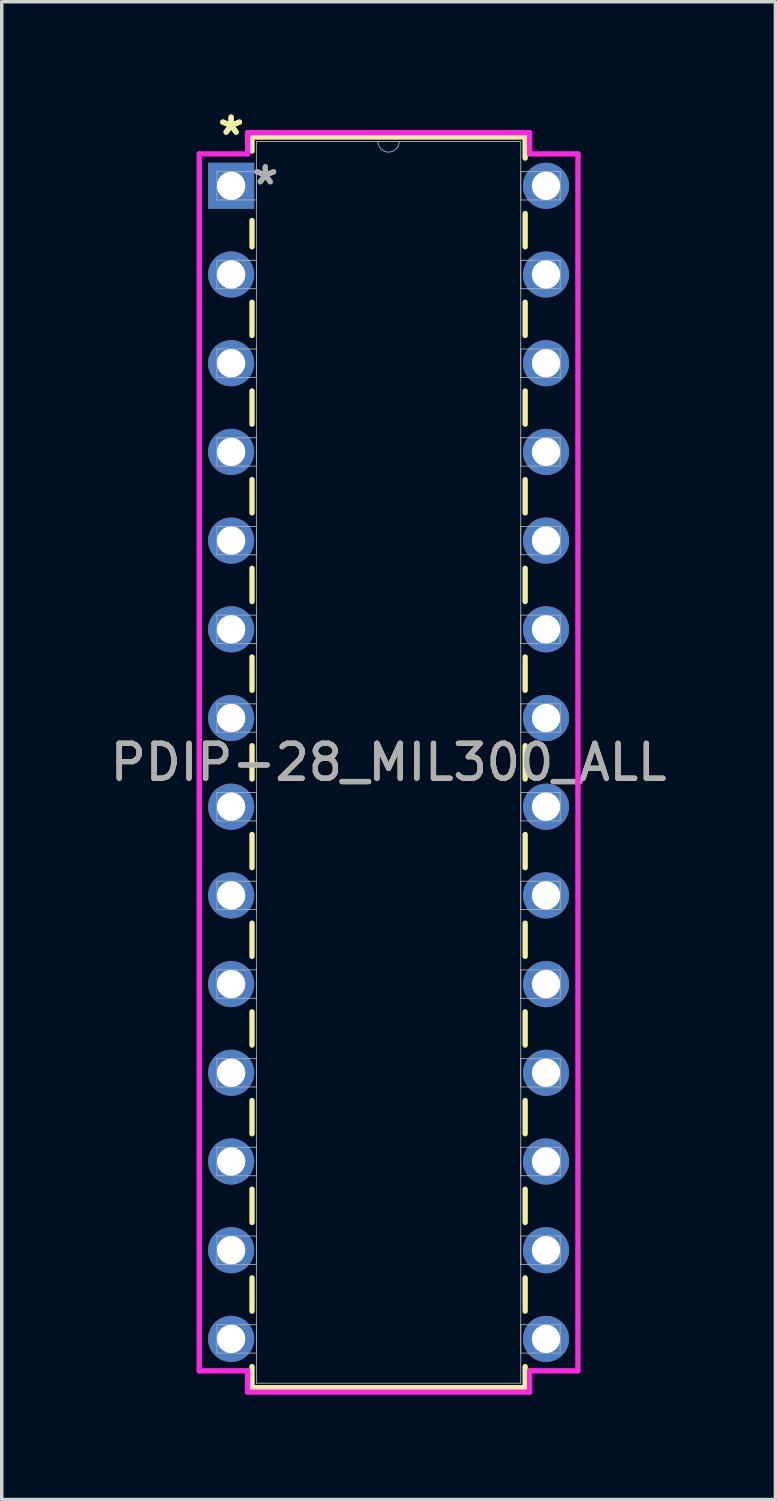
<source format=kicad_pcb>
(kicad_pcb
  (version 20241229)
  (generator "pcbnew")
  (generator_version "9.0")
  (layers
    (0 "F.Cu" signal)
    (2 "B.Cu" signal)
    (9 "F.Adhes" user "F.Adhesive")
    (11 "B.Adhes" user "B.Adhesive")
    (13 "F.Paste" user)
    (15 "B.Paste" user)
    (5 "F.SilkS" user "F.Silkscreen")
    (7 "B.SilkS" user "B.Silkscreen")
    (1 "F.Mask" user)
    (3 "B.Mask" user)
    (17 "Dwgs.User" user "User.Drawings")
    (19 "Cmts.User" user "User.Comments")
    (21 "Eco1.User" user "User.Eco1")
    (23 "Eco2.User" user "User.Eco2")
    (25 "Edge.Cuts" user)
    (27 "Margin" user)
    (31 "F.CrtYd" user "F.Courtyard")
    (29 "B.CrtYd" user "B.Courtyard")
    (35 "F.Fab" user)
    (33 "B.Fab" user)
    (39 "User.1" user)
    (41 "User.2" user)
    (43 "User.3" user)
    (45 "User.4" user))
  (footprint "PDIP-28_MIL300_ALL"
    (layer "F.Cu")
    (at 3.569 2.271)
    (property "Reference" "PDIP-28_MIL300_ALL" (at 4.508 16.51 0) (unlocked yes) (layer "F.SilkS") (effects (font (size 1 1) (thickness 0.15))))
    (attr through_hole)
    (fp_line (start 0.597 -1.397) (end 0.597 -0.993) (stroke (width 0.152) (type solid)) (layer "F.SilkS"))
    (fp_line (start 0.597 0.993) (end 0.597 1.746) (stroke (width 0.152) (type solid)) (layer "F.SilkS"))
    (fp_line (start 0.597 3.334) (end 0.597 4.286) (stroke (width 0.152) (type solid)) (layer "F.SilkS"))
    (fp_line (start 0.597 5.874) (end 0.597 6.826) (stroke (width 0.152) (type solid)) (layer "F.SilkS"))
    (fp_line (start 0.597 8.414) (end 0.597 9.366) (stroke (width 0.152) (type solid)) (layer "F.SilkS"))
    (fp_line (start 0.597 10.954) (end 0.597 11.906) (stroke (width 0.152) (type solid)) (layer "F.SilkS"))
    (fp_line (start 0.597 13.494) (end 0.597 14.446) (stroke (width 0.152) (type solid)) (layer "F.SilkS"))
    (fp_line (start 0.597 16.034) (end 0.597 16.986) (stroke (width 0.152) (type solid)) (layer "F.SilkS"))
    (fp_line (start 0.597 18.574) (end 0.597 19.526) (stroke (width 0.152) (type solid)) (layer "F.SilkS"))
    (fp_line (start 0.597 21.114) (end 0.597 22.066) (stroke (width 0.152) (type solid)) (layer "F.SilkS"))
    (fp_line (start 0.597 23.654) (end 0.597 24.606) (stroke (width 0.152) (type solid)) (layer "F.SilkS"))
    (fp_line (start 0.597 26.194) (end 0.597 27.146) (stroke (width 0.152) (type solid)) (layer "F.SilkS"))
    (fp_line (start 0.597 28.734) (end 0.597 29.686) (stroke (width 0.152) (type solid)) (layer "F.SilkS"))
    (fp_line (start 0.597 31.274) (end 0.597 32.226) (stroke (width 0.152) (type solid)) (layer "F.SilkS"))
    (fp_line (start 0.597 33.814) (end 0.597 34.417) (stroke (width 0.152) (type solid)) (layer "F.SilkS"))
    (fp_line (start 0.597 34.417) (end 8.42 34.417) (stroke (width 0.152) (type solid)) (layer "F.SilkS"))
    (fp_line (start 8.42 -1.397) (end 0.597 -1.397) (stroke (width 0.152) (type solid)) (layer "F.SilkS"))
    (fp_line (start 8.42 -0.794) (end 8.42 -1.397) (stroke (width 0.152) (type solid)) (layer "F.SilkS"))
    (fp_line (start 8.42 1.746) (end 8.42 0.794) (stroke (width 0.152) (type solid)) (layer "F.SilkS"))
    (fp_line (start 8.42 4.286) (end 8.42 3.334) (stroke (width 0.152) (type solid)) (layer "F.SilkS"))
    (fp_line (start 8.42 6.826) (end 8.42 5.874) (stroke (width 0.152) (type solid)) (layer "F.SilkS"))
    (fp_line (start 8.42 9.366) (end 8.42 8.414) (stroke (width 0.152) (type solid)) (layer "F.SilkS"))
    (fp_line (start 8.42 11.906) (end 8.42 10.954) (stroke (width 0.152) (type solid)) (layer "F.SilkS"))
    (fp_line (start 8.42 14.446) (end 8.42 13.494) (stroke (width 0.152) (type solid)) (layer "F.SilkS"))
    (fp_line (start 8.42 16.986) (end 8.42 16.034) (stroke (width 0.152) (type solid)) (layer "F.SilkS"))
    (fp_line (start 8.42 19.526) (end 8.42 18.574) (stroke (width 0.152) (type solid)) (layer "F.SilkS"))
    (fp_line (start 8.42 22.066) (end 8.42 21.114) (stroke (width 0.152) (type solid)) (layer "F.SilkS"))
    (fp_line (start 8.42 24.606) (end 8.42 23.654) (stroke (width 0.152) (type solid)) (layer "F.SilkS"))
    (fp_line (start 8.42 27.146) (end 8.42 26.194) (stroke (width 0.152) (type solid)) (layer "F.SilkS"))
    (fp_line (start 8.42 29.686) (end 8.42 28.734) (stroke (width 0.152) (type solid)) (layer "F.SilkS"))
    (fp_line (start 8.42 32.226) (end 8.42 31.274) (stroke (width 0.152) (type solid)) (layer "F.SilkS"))
    (fp_line (start 8.42 34.417) (end 8.42 33.814) (stroke (width 0.152) (type solid)) (layer "F.SilkS"))
    (fp_line (start -0.914 -0.914) (end 0.47 -0.914) (stroke (width 0.152) (type solid)) (layer "F.CrtYd"))
    (fp_line (start -0.914 33.934) (end -0.914 -0.914) (stroke (width 0.152) (type solid)) (layer "F.CrtYd"))
    (fp_line (start 0.47 -1.524) (end 8.547 -1.524) (stroke (width 0.152) (type solid)) (layer "F.CrtYd"))
    (fp_line (start 0.47 -0.914) (end 0.47 -1.524) (stroke (width 0.152) (type solid)) (layer "F.CrtYd"))
    (fp_line (start 0.47 33.934) (end -0.914 33.934) (stroke (width 0.152) (type solid)) (layer "F.CrtYd"))
    (fp_line (start 0.47 34.544) (end 0.47 33.934) (stroke (width 0.152) (type solid)) (layer "F.CrtYd"))
    (fp_line (start 8.547 -1.524) (end 8.547 -0.914) (stroke (width 0.152) (type solid)) (layer "F.CrtYd"))
    (fp_line (start 8.547 33.934) (end 8.547 34.544) (stroke (width 0.152) (type solid)) (layer "F.CrtYd"))
    (fp_line (start 8.547 34.544) (end 0.47 34.544) (stroke (width 0.152) (type solid)) (layer "F.CrtYd"))
    (fp_line (start 9.931 -0.914) (end 8.547 -0.914) (stroke (width 0.152) (type solid)) (layer "F.CrtYd"))
    (fp_line (start 9.931 -0.914) (end 9.931 33.934) (stroke (width 0.152) (type solid)) (layer "F.CrtYd"))
    (fp_line (start 9.931 33.934) (end 8.547 33.934) (stroke (width 0.152) (type solid)) (layer "F.CrtYd"))
    (fp_line (start -0.406 -0.406) (end -0.406 0.406) (stroke (width 0.025) (type solid)) (layer "F.Fab"))
    (fp_line (start -0.406 0.406) (end 0.724 0.406) (stroke (width 0.025) (type solid)) (layer "F.Fab"))
    (fp_line (start -0.406 2.134) (end -0.406 2.946) (stroke (width 0.025) (type solid)) (layer "F.Fab"))
    (fp_line (start -0.406 2.946) (end 0.724 2.946) (stroke (width 0.025) (type solid)) (layer "F.Fab"))
    (fp_line (start -0.406 4.674) (end -0.406 5.486) (stroke (width 0.025) (type solid)) (layer "F.Fab"))
    (fp_line (start -0.406 5.486) (end 0.724 5.486) (stroke (width 0.025) (type solid)) (layer "F.Fab"))
    (fp_line (start -0.406 7.214) (end -0.406 8.026) (stroke (width 0.025) (type solid)) (layer "F.Fab"))
    (fp_line (start -0.406 8.026) (end 0.724 8.026) (stroke (width 0.025) (type solid)) (layer "F.Fab"))
    (fp_line (start -0.406 9.754) (end -0.406 10.566) (stroke (width 0.025) (type solid)) (layer "F.Fab"))
    (fp_line (start -0.406 10.566) (end 0.724 10.566) (stroke (width 0.025) (type solid)) (layer "F.Fab"))
    (fp_line (start -0.406 12.294) (end -0.406 13.106) (stroke (width 0.025) (type solid)) (layer "F.Fab"))
    (fp_line (start -0.406 13.106) (end 0.724 13.106) (stroke (width 0.025) (type solid)) (layer "F.Fab"))
    (fp_line (start -0.406 14.834) (end -0.406 15.646) (stroke (width 0.025) (type solid)) (layer "F.Fab"))
    (fp_line (start -0.406 15.646) (end 0.724 15.646) (stroke (width 0.025) (type solid)) (layer "F.Fab"))
    (fp_line (start -0.406 17.374) (end -0.406 18.186) (stroke (width 0.025) (type solid)) (layer "F.Fab"))
    (fp_line (start -0.406 18.186) (end 0.724 18.186) (stroke (width 0.025) (type solid)) (layer "F.Fab"))
    (fp_line (start -0.406 19.914) (end -0.406 20.726) (stroke (width 0.025) (type solid)) (layer "F.Fab"))
    (fp_line (start -0.406 20.726) (end 0.724 20.726) (stroke (width 0.025) (type solid)) (layer "F.Fab"))
    (fp_line (start -0.406 22.454) (end -0.406 23.266) (stroke (width 0.025) (type solid)) (layer "F.Fab"))
    (fp_line (start -0.406 23.266) (end 0.724 23.266) (stroke (width 0.025) (type solid)) (layer "F.Fab"))
    (fp_line (start -0.406 24.994) (end -0.406 25.806) (stroke (width 0.025) (type solid)) (layer "F.Fab"))
    (fp_line (start -0.406 25.806) (end 0.724 25.806) (stroke (width 0.025) (type solid)) (layer "F.Fab"))
    (fp_line (start -0.406 27.534) (end -0.406 28.346) (stroke (width 0.025) (type solid)) (layer "F.Fab"))
    (fp_line (start -0.406 28.346) (end 0.724 28.346) (stroke (width 0.025) (type solid)) (layer "F.Fab"))
    (fp_line (start -0.406 30.074) (end -0.406 30.886) (stroke (width 0.025) (type solid)) (layer "F.Fab"))
    (fp_line (start -0.406 30.886) (end 0.724 30.886) (stroke (width 0.025) (type solid)) (layer "F.Fab"))
    (fp_line (start -0.406 32.614) (end -0.406 33.426) (stroke (width 0.025) (type solid)) (layer "F.Fab"))
    (fp_line (start -0.406 33.426) (end 0.724 33.426) (stroke (width 0.025) (type solid)) (layer "F.Fab"))
    (fp_line (start 0.724 -1.27) (end 0.724 34.29) (stroke (width 0.025) (type solid)) (layer "F.Fab"))
    (fp_line (start 0.724 -0.406) (end -0.406 -0.406) (stroke (width 0.025) (type solid)) (layer "F.Fab"))
    (fp_line (start 0.724 0.406) (end 0.724 -0.406) (stroke (width 0.025) (type solid)) (layer "F.Fab"))
    (fp_line (start 0.724 2.134) (end -0.406 2.134) (stroke (width 0.025) (type solid)) (layer "F.Fab"))
    (fp_line (start 0.724 2.946) (end 0.724 2.134) (stroke (width 0.025) (type solid)) (layer "F.Fab"))
    (fp_line (start 0.724 4.674) (end -0.406 4.674) (stroke (width 0.025) (type solid)) (layer "F.Fab"))
    (fp_line (start 0.724 5.486) (end 0.724 4.674) (stroke (width 0.025) (type solid)) (layer "F.Fab"))
    (fp_line (start 0.724 7.214) (end -0.406 7.214) (stroke (width 0.025) (type solid)) (layer "F.Fab"))
    (fp_line (start 0.724 8.026) (end 0.724 7.214) (stroke (width 0.025) (type solid)) (layer "F.Fab"))
    (fp_line (start 0.724 9.754) (end -0.406 9.754) (stroke (width 0.025) (type solid)) (layer "F.Fab"))
    (fp_line (start 0.724 10.566) (end 0.724 9.754) (stroke (width 0.025) (type solid)) (layer "F.Fab"))
    (fp_line (start 0.724 12.294) (end -0.406 12.294) (stroke (width 0.025) (type solid)) (layer "F.Fab"))
    (fp_line (start 0.724 13.106) (end 0.724 12.294) (stroke (width 0.025) (type solid)) (layer "F.Fab"))
    (fp_line (start 0.724 14.834) (end -0.406 14.834) (stroke (width 0.025) (type solid)) (layer "F.Fab"))
    (fp_line (start 0.724 15.646) (end 0.724 14.834) (stroke (width 0.025) (type solid)) (layer "F.Fab"))
    (fp_line (start 0.724 17.374) (end -0.406 17.374) (stroke (width 0.025) (type solid)) (layer "F.Fab"))
    (fp_line (start 0.724 18.186) (end 0.724 17.374) (stroke (width 0.025) (type solid)) (layer "F.Fab"))
    (fp_line (start 0.724 19.914) (end -0.406 19.914) (stroke (width 0.025) (type solid)) (layer "F.Fab"))
    (fp_line (start 0.724 20.726) (end 0.724 19.914) (stroke (width 0.025) (type solid)) (layer "F.Fab"))
    (fp_line (start 0.724 22.454) (end -0.406 22.454) (stroke (width 0.025) (type solid)) (layer "F.Fab"))
    (fp_line (start 0.724 23.266) (end 0.724 22.454) (stroke (width 0.025) (type solid)) (layer "F.Fab"))
    (fp_line (start 0.724 24.994) (end -0.406 24.994) (stroke (width 0.025) (type solid)) (layer "F.Fab"))
    (fp_line (start 0.724 25.806) (end 0.724 24.994) (stroke (width 0.025) (type solid)) (layer "F.Fab"))
    (fp_line (start 0.724 27.534) (end -0.406 27.534) (stroke (width 0.025) (type solid)) (layer "F.Fab"))
    (fp_line (start 0.724 28.346) (end 0.724 27.534) (stroke (width 0.025) (type solid)) (layer "F.Fab"))
    (fp_line (start 0.724 30.074) (end -0.406 30.074) (stroke (width 0.025) (type solid)) (layer "F.Fab"))
    (fp_line (start 0.724 30.886) (end 0.724 30.074) (stroke (width 0.025) (type solid)) (layer "F.Fab"))
    (fp_line (start 0.724 32.614) (end -0.406 32.614) (stroke (width 0.025) (type solid)) (layer "F.Fab"))
    (fp_line (start 0.724 33.426) (end 0.724 32.614) (stroke (width 0.025) (type solid)) (layer "F.Fab"))
    (fp_line (start 0.724 34.29) (end 8.293 34.29) (stroke (width 0.025) (type solid)) (layer "F.Fab"))
    (fp_line (start 8.293 -1.27) (end 0.724 -1.27) (stroke (width 0.025) (type solid)) (layer "F.Fab"))
    (fp_line (start 8.293 -0.406) (end 8.293 0.406) (stroke (width 0.025) (type solid)) (layer "F.Fab"))
    (fp_line (start 8.293 0.406) (end 9.423 0.406) (stroke (width 0.025) (type solid)) (layer "F.Fab"))
    (fp_line (start 8.293 2.134) (end 8.293 2.946) (stroke (width 0.025) (type solid)) (layer "F.Fab"))
    (fp_line (start 8.293 2.946) (end 9.423 2.946) (stroke (width 0.025) (type solid)) (layer "F.Fab"))
    (fp_line (start 8.293 4.674) (end 8.293 5.486) (stroke (width 0.025) (type solid)) (layer "F.Fab"))
    (fp_line (start 8.293 5.486) (end 9.423 5.486) (stroke (width 0.025) (type solid)) (layer "F.Fab"))
    (fp_line (start 8.293 7.214) (end 8.293 8.026) (stroke (width 0.025) (type solid)) (layer "F.Fab"))
    (fp_line (start 8.293 8.026) (end 9.423 8.026) (stroke (width 0.025) (type solid)) (layer "F.Fab"))
    (fp_line (start 8.293 9.754) (end 8.293 10.566) (stroke (width 0.025) (type solid)) (layer "F.Fab"))
    (fp_line (start 8.293 10.566) (end 9.423 10.566) (stroke (width 0.025) (type solid)) (layer "F.Fab"))
    (fp_line (start 8.293 12.294) (end 8.293 13.106) (stroke (width 0.025) (type solid)) (layer "F.Fab"))
    (fp_line (start 8.293 13.106) (end 9.423 13.106) (stroke (width 0.025) (type solid)) (layer "F.Fab"))
    (fp_line (start 8.293 14.834) (end 8.293 15.646) (stroke (width 0.025) (type solid)) (layer "F.Fab"))
    (fp_line (start 8.293 15.646) (end 9.423 15.646) (stroke (width 0.025) (type solid)) (layer "F.Fab"))
    (fp_line (start 8.293 17.374) (end 8.293 18.186) (stroke (width 0.025) (type solid)) (layer "F.Fab"))
    (fp_line (start 8.293 18.186) (end 9.423 18.186) (stroke (width 0.025) (type solid)) (layer "F.Fab"))
    (fp_line (start 8.293 19.914) (end 8.293 20.726) (stroke (width 0.025) (type solid)) (layer "F.Fab"))
    (fp_line (start 8.293 20.726) (end 9.423 20.726) (stroke (width 0.025) (type solid)) (layer "F.Fab"))
    (fp_line (start 8.293 22.454) (end 8.293 23.266) (stroke (width 0.025) (type solid)) (layer "F.Fab"))
    (fp_line (start 8.293 23.266) (end 9.423 23.266) (stroke (width 0.025) (type solid)) (layer "F.Fab"))
    (fp_line (start 8.293 24.994) (end 8.293 25.806) (stroke (width 0.025) (type solid)) (layer "F.Fab"))
    (fp_line (start 8.293 25.806) (end 9.423 25.806) (stroke (width 0.025) (type solid)) (layer "F.Fab"))
    (fp_line (start 8.293 27.534) (end 8.293 28.346) (stroke (width 0.025) (type solid)) (layer "F.Fab"))
    (fp_line (start 8.293 28.346) (end 9.423 28.346) (stroke (width 0.025) (type solid)) (layer "F.Fab"))
    (fp_line (start 8.293 30.074) (end 8.293 30.886) (stroke (width 0.025) (type solid)) (layer "F.Fab"))
    (fp_line (start 8.293 30.886) (end 9.423 30.886) (stroke (width 0.025) (type solid)) (layer "F.Fab"))
    (fp_line (start 8.293 32.614) (end 8.293 33.426) (stroke (width 0.025) (type solid)) (layer "F.Fab"))
    (fp_line (start 8.293 33.426) (end 9.423 33.426) (stroke (width 0.025) (type solid)) (layer "F.Fab"))
    (fp_line (start 8.293 34.29) (end 8.293 -1.27) (stroke (width 0.025) (type solid)) (layer "F.Fab"))
    (fp_line (start 9.423 -0.406) (end 8.293 -0.406) (stroke (width 0.025) (type solid)) (layer "F.Fab"))
    (fp_line (start 9.423 0.406) (end 9.423 -0.406) (stroke (width 0.025) (type solid)) (layer "F.Fab"))
    (fp_line (start 9.423 2.134) (end 8.293 2.134) (stroke (width 0.025) (type solid)) (layer "F.Fab"))
    (fp_line (start 9.423 2.946) (end 9.423 2.134) (stroke (width 0.025) (type solid)) (layer "F.Fab"))
    (fp_line (start 9.423 4.674) (end 8.293 4.674) (stroke (width 0.025) (type solid)) (layer "F.Fab"))
    (fp_line (start 9.423 5.486) (end 9.423 4.674) (stroke (width 0.025) (type solid)) (layer "F.Fab"))
    (fp_line (start 9.423 7.214) (end 8.293 7.214) (stroke (width 0.025) (type solid)) (layer "F.Fab"))
    (fp_line (start 9.423 8.026) (end 9.423 7.214) (stroke (width 0.025) (type solid)) (layer "F.Fab"))
    (fp_line (start 9.423 9.754) (end 8.293 9.754) (stroke (width 0.025) (type solid)) (layer "F.Fab"))
    (fp_line (start 9.423 10.566) (end 9.423 9.754) (stroke (width 0.025) (type solid)) (layer "F.Fab"))
    (fp_line (start 9.423 12.294) (end 8.293 12.294) (stroke (width 0.025) (type solid)) (layer "F.Fab"))
    (fp_line (start 9.423 13.106) (end 9.423 12.294) (stroke (width 0.025) (type solid)) (layer "F.Fab"))
    (fp_line (start 9.423 14.834) (end 8.293 14.834) (stroke (width 0.025) (type solid)) (layer "F.Fab"))
    (fp_line (start 9.423 15.646) (end 9.423 14.834) (stroke (width 0.025) (type solid)) (layer "F.Fab"))
    (fp_line (start 9.423 17.374) (end 8.293 17.374) (stroke (width 0.025) (type solid)) (layer "F.Fab"))
    (fp_line (start 9.423 18.186) (end 9.423 17.374) (stroke (width 0.025) (type solid)) (layer "F.Fab"))
    (fp_line (start 9.423 19.914) (end 8.293 19.914) (stroke (width 0.025) (type solid)) (layer "F.Fab"))
    (fp_line (start 9.423 20.726) (end 9.423 19.914) (stroke (width 0.025) (type solid)) (layer "F.Fab"))
    (fp_line (start 9.423 22.454) (end 8.293 22.454) (stroke (width 0.025) (type solid)) (layer "F.Fab"))
    (fp_line (start 9.423 23.266) (end 9.423 22.454) (stroke (width 0.025) (type solid)) (layer "F.Fab"))
    (fp_line (start 9.423 24.994) (end 8.293 24.994) (stroke (width 0.025) (type solid)) (layer "F.Fab"))
    (fp_line (start 9.423 25.806) (end 9.423 24.994) (stroke (width 0.025) (type solid)) (layer "F.Fab"))
    (fp_line (start 9.423 27.534) (end 8.293 27.534) (stroke (width 0.025) (type solid)) (layer "F.Fab"))
    (fp_line (start 9.423 28.346) (end 9.423 27.534) (stroke (width 0.025) (type solid)) (layer "F.Fab"))
    (fp_line (start 9.423 30.074) (end 8.293 30.074) (stroke (width 0.025) (type solid)) (layer "F.Fab"))
    (fp_line (start 9.423 30.886) (end 9.423 30.074) (stroke (width 0.025) (type solid)) (layer "F.Fab"))
    (fp_line (start 9.423 32.614) (end 8.293 32.614) (stroke (width 0.025) (type solid)) (layer "F.Fab"))
    (fp_line (start 9.423 33.426) (end 9.423 32.614) (stroke (width 0.025) (type solid)) (layer "F.Fab"))
    (fp_arc (start 4.8133 -1.27) (mid 4.5085 -0.9652) (end 4.2037 -1.27) (stroke (width 0.0254) (type solid)) (layer "F.Fab"))
    (fp_text user "*" (at 0 -1.422 0) (layer "F.SilkS") (effects (font (size 1 1) (thickness 0.15))))
    (fp_text user "*" (at 0 -1.422 0) (unlocked yes) (layer "F.SilkS") (effects (font (size 1 1) (thickness 0.15))))
    (fp_text user "*" (at 0.978 0 0) (layer "F.Fab") (effects (font (size 1 1) (thickness 0.15))))
    (fp_text user "${REFERENCE}" (at 4.508 16.51 0) (unlocked yes) (layer "F.Fab") (effects (font (size 1 1) (thickness 0.15))))
    (fp_text user "*" (at 0.978 0 0) (unlocked yes) (layer "F.Fab") (effects (font (size 1 1) (thickness 0.15))))
    (pad "1" thru_hole rect (at 0 0) (size 1.321 1.321) (drill 0.813) (layers "*.Cu" "*.Mask"))
    (pad "2" thru_hole circle (at 0 2.54) (size 1.321 1.321) (drill 0.813) (layers "*.Cu" "*.Mask"))
    (pad "3" thru_hole circle (at 0 5.08) (size 1.321 1.321) (drill 0.813) (layers "*.Cu" "*.Mask"))
    (pad "4" thru_hole circle (at 0 7.62) (size 1.321 1.321) (drill 0.813) (layers "*.Cu" "*.Mask"))
    (pad "5" thru_hole circle (at 0 10.16) (size 1.321 1.321) (drill 0.813) (layers "*.Cu" "*.Mask"))
    (pad "6" thru_hole circle (at 0 12.7) (size 1.321 1.321) (drill 0.813) (layers "*.Cu" "*.Mask"))
    (pad "7" thru_hole circle (at 0 15.24) (size 1.321 1.321) (drill 0.813) (layers "*.Cu" "*.Mask"))
    (pad "8" thru_hole circle (at 0 17.78) (size 1.321 1.321) (drill 0.813) (layers "*.Cu" "*.Mask"))
    (pad "9" thru_hole circle (at 0 20.32) (size 1.321 1.321) (drill 0.813) (layers "*.Cu" "*.Mask"))
    (pad "10" thru_hole circle (at 0 22.86) (size 1.321 1.321) (drill 0.813) (layers "*.Cu" "*.Mask"))
    (pad "11" thru_hole circle (at 0 25.4) (size 1.321 1.321) (drill 0.813) (layers "*.Cu" "*.Mask"))
    (pad "12" thru_hole circle (at 0 27.94) (size 1.321 1.321) (drill 0.813) (layers "*.Cu" "*.Mask"))
    (pad "13" thru_hole circle (at 0 30.48) (size 1.321 1.321) (drill 0.813) (layers "*.Cu" "*.Mask"))
    (pad "14" thru_hole circle (at 0 33.02) (size 1.321 1.321) (drill 0.813) (layers "*.Cu" "*.Mask"))
    (pad "15" thru_hole circle (at 9.017 33.02) (size 1.321 1.321) (drill 0.813) (layers "*.Cu" "*.Mask"))
    (pad "16" thru_hole circle (at 9.017 30.48) (size 1.321 1.321) (drill 0.813) (layers "*.Cu" "*.Mask"))
    (pad "17" thru_hole circle (at 9.017 27.94) (size 1.321 1.321) (drill 0.813) (layers "*.Cu" "*.Mask"))
    (pad "18" thru_hole circle (at 9.017 25.4) (size 1.321 1.321) (drill 0.813) (layers "*.Cu" "*.Mask"))
    (pad "19" thru_hole circle (at 9.017 22.86) (size 1.321 1.321) (drill 0.813) (layers "*.Cu" "*.Mask"))
    (pad "20" thru_hole circle (at 9.017 20.32) (size 1.321 1.321) (drill 0.813) (layers "*.Cu" "*.Mask"))
    (pad "21" thru_hole circle (at 9.017 17.78) (size 1.321 1.321) (drill 0.813) (layers "*.Cu" "*.Mask"))
    (pad "22" thru_hole circle (at 9.017 15.24) (size 1.321 1.321) (drill 0.813) (layers "*.Cu" "*.Mask"))
    (pad "23" thru_hole circle (at 9.017 12.7) (size 1.321 1.321) (drill 0.813) (layers "*.Cu" "*.Mask"))
    (pad "24" thru_hole circle (at 9.017 10.16) (size 1.321 1.321) (drill 0.813) (layers "*.Cu" "*.Mask"))
    (pad "25" thru_hole circle (at 9.017 7.62) (size 1.321 1.321) (drill 0.813) (layers "*.Cu" "*.Mask"))
    (pad "26" thru_hole circle (at 9.017 5.08) (size 1.321 1.321) (drill 0.813) (layers "*.Cu" "*.Mask"))
    (pad "27" thru_hole circle (at 9.017 2.54) (size 1.321 1.321) (drill 0.813) (layers "*.Cu" "*.Mask"))
    (pad "28" thru_hole circle (at 9.017 0) (size 1.321 1.321) (drill 0.813) (layers "*.Cu" "*.Mask")))
  (gr_rect
    (start -3 -3)
    (end 19.155 39.891)
    (stroke (width 0.1) (type default))
    (fill no)
    (layer "Edge.Cuts")))
</source>
